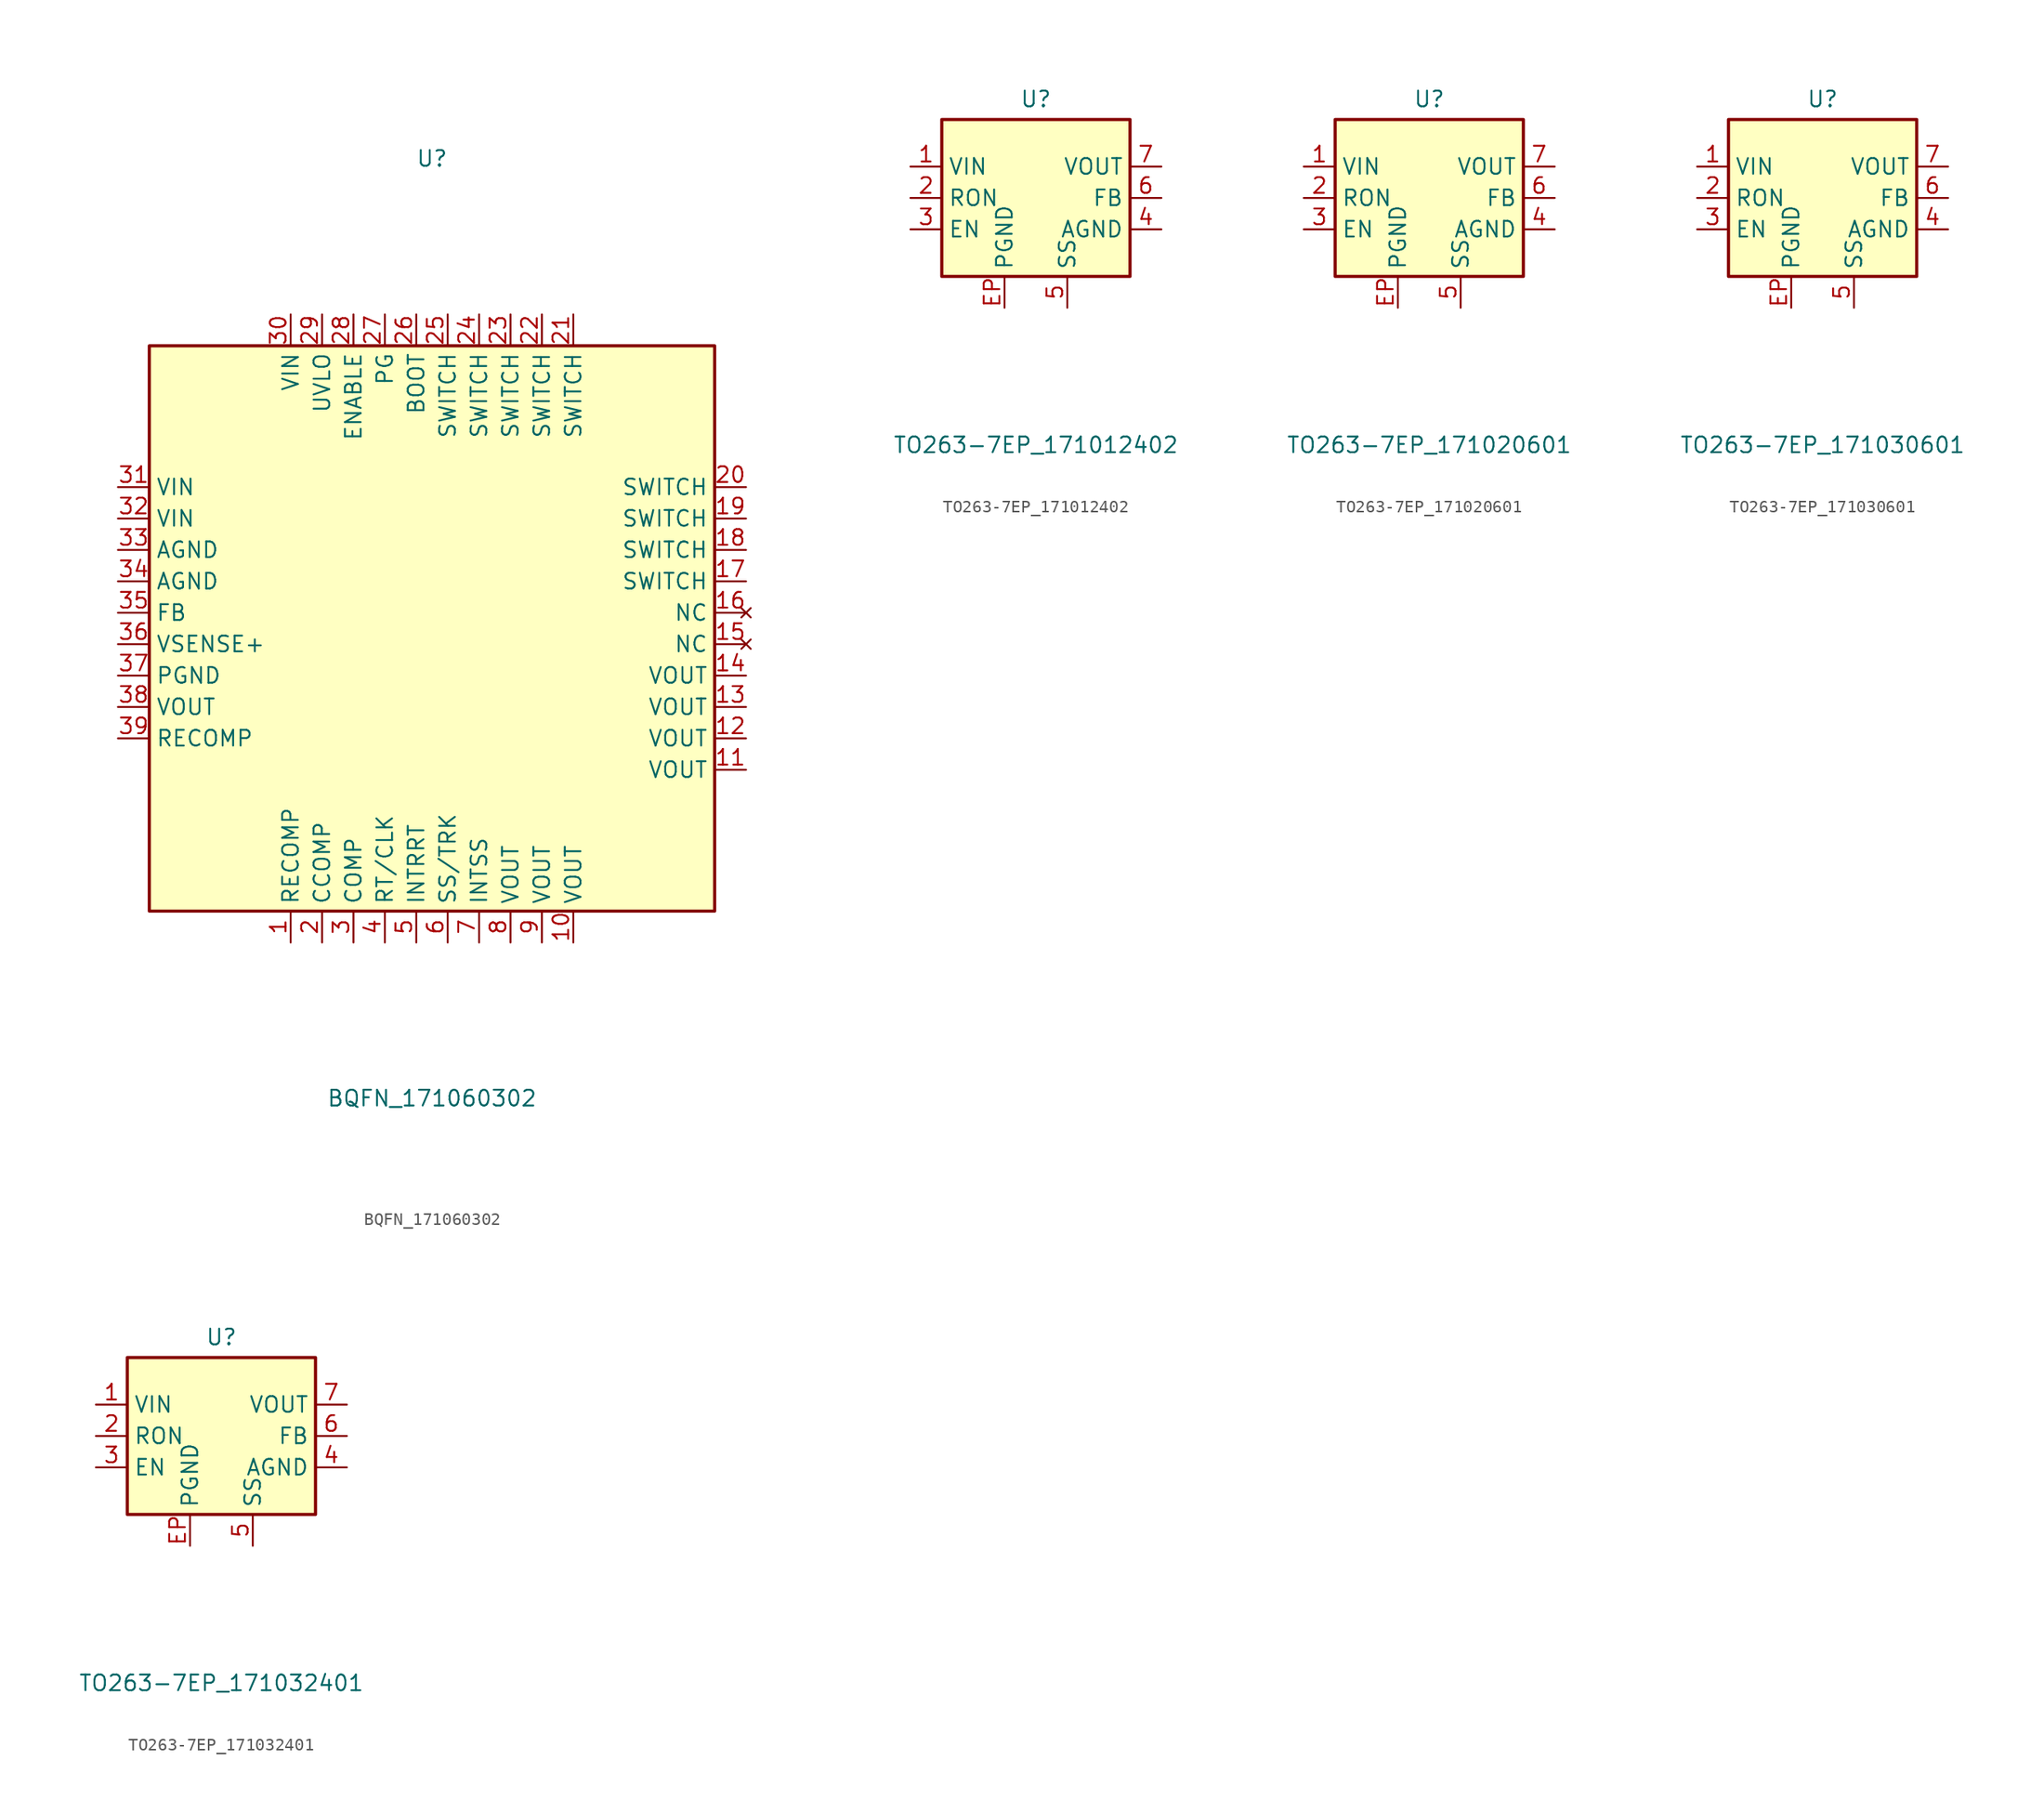
<source format=kicad_sym>
(kicad_symbol_lib
  (version 20220914)
  (generator kicad_symbol_editor)
  (symbol "BQFN_171060302"
    (property "Reference" "U"
      (at 0 38 0)
      (effects (font (size 1.27 1.27))))
    (property "Value" "BQFN_171060302"
      (at 0 -38 0)
      (effects (font (size 1.27 1.27))))
    (symbol "BQFN_171060302_1_1"
      (rectangle (start -22.86 22.86) (end 22.86 -22.86) (stroke (width 0.254) (type solid)) (fill (type background)))
      (pin input line (at -11.43 -25.4 90) (length 2.54) (name "RECOMP" (effects (font (size 1.27 1.27)))) (number "1" (effects (font (size 1.27 1.27)))))
      (pin power_out line (at 11.43 -25.4 90) (length 2.54) (name "VOUT" (effects (font (size 1.27 1.27)))) (number "10" (effects (font (size 1.27 1.27)))))
      (pin power_out line (at 25.4 -11.43 180) (length 2.54) (name "VOUT" (effects (font (size 1.27 1.27)))) (number "11" (effects (font (size 1.27 1.27)))))
      (pin power_out line (at 25.4 -8.89 180) (length 2.54) (name "VOUT" (effects (font (size 1.27 1.27)))) (number "12" (effects (font (size 1.27 1.27)))))
      (pin power_out line (at 25.4 -6.35 180) (length 2.54) (name "VOUT" (effects (font (size 1.27 1.27)))) (number "13" (effects (font (size 1.27 1.27)))))
      (pin power_out line (at 25.4 -3.81 180) (length 2.54) (name "VOUT" (effects (font (size 1.27 1.27)))) (number "14" (effects (font (size 1.27 1.27)))))
      (pin no_connect line (at 25.4 -1.27 180) (length 2.54) (name "NC" (effects (font (size 1.27 1.27)))) (number "15" (effects (font (size 1.27 1.27)))))
      (pin no_connect line (at 25.4 1.27 180) (length 2.54) (name "NC" (effects (font (size 1.27 1.27)))) (number "16" (effects (font (size 1.27 1.27)))))
      (pin power_in line (at 25.4 3.81 180) (length 2.54) (name "SWITCH" (effects (font (size 1.27 1.27)))) (number "17" (effects (font (size 1.27 1.27)))))
      (pin power_in line (at 25.4 6.35 180) (length 2.54) (name "SWITCH" (effects (font (size 1.27 1.27)))) (number "18" (effects (font (size 1.27 1.27)))))
      (pin power_in line (at 25.4 8.89 180) (length 2.54) (name "SWITCH" (effects (font (size 1.27 1.27)))) (number "19" (effects (font (size 1.27 1.27)))))
      (pin input line (at -8.89 -25.4 90) (length 2.54) (name "CCOMP" (effects (font (size 1.27 1.27)))) (number "2" (effects (font (size 1.27 1.27)))))
      (pin power_in line (at 25.4 11.43 180) (length 2.54) (name "SWITCH" (effects (font (size 1.27 1.27)))) (number "20" (effects (font (size 1.27 1.27)))))
      (pin power_in line (at 11.43 25.4 270) (length 2.54) (name "SWITCH" (effects (font (size 1.27 1.27)))) (number "21" (effects (font (size 1.27 1.27)))))
      (pin power_in line (at 8.89 25.4 270) (length 2.54) (name "SWITCH" (effects (font (size 1.27 1.27)))) (number "22" (effects (font (size 1.27 1.27)))))
      (pin power_in line (at 6.35 25.4 270) (length 2.54) (name "SWITCH" (effects (font (size 1.27 1.27)))) (number "23" (effects (font (size 1.27 1.27)))))
      (pin power_in line (at 3.81 25.4 270) (length 2.54) (name "SWITCH" (effects (font (size 1.27 1.27)))) (number "24" (effects (font (size 1.27 1.27)))))
      (pin power_in line (at 1.27 25.4 270) (length 2.54) (name "SWITCH" (effects (font (size 1.27 1.27)))) (number "25" (effects (font (size 1.27 1.27)))))
      (pin input line (at -1.27 25.4 270) (length 2.54) (name "BOOT" (effects (font (size 1.27 1.27)))) (number "26" (effects (font (size 1.27 1.27)))))
      (pin output line (at -3.81 25.4 270) (length 2.54) (name "PG" (effects (font (size 1.27 1.27)))) (number "27" (effects (font (size 1.27 1.27)))))
      (pin input line (at -6.35 25.4 270) (length 2.54) (name "ENABLE" (effects (font (size 1.27 1.27)))) (number "28" (effects (font (size 1.27 1.27)))))
      (pin input line (at -8.89 25.4 270) (length 2.54) (name "UVLO" (effects (font (size 1.27 1.27)))) (number "29" (effects (font (size 1.27 1.27)))))
      (pin output line (at -6.35 -25.4 90) (length 2.54) (name "COMP" (effects (font (size 1.27 1.27)))) (number "3" (effects (font (size 1.27 1.27)))))
      (pin power_in line (at -11.43 25.4 270) (length 2.54) (name "VIN" (effects (font (size 1.27 1.27)))) (number "30" (effects (font (size 1.27 1.27)))))
      (pin power_in line (at -25.4 11.43 0) (length 2.54) (name "VIN" (effects (font (size 1.27 1.27)))) (number "31" (effects (font (size 1.27 1.27)))))
      (pin power_in line (at -25.4 8.89 0) (length 2.54) (name "VIN" (effects (font (size 1.27 1.27)))) (number "32" (effects (font (size 1.27 1.27)))))
      (pin power_in line (at -25.4 6.35 0) (length 2.54) (name "AGND" (effects (font (size 1.27 1.27)))) (number "33" (effects (font (size 1.27 1.27)))))
      (pin power_in line (at -25.4 3.81 0) (length 2.54) (name "AGND" (effects (font (size 1.27 1.27)))) (number "34" (effects (font (size 1.27 1.27)))))
      (pin input line (at -25.4 1.27 0) (length 2.54) (name "FB" (effects (font (size 1.27 1.27)))) (number "35" (effects (font (size 1.27 1.27)))))
      (pin input line (at -25.4 -1.27 0) (length 2.54) (name "VSENSE+" (effects (font (size 1.27 1.27)))) (number "36" (effects (font (size 1.27 1.27)))))
      (pin power_in line (at -25.4 -3.81 0) (length 2.54) (name "PGND" (effects (font (size 1.27 1.27)))) (number "37" (effects (font (size 1.27 1.27)))))
      (pin power_out line (at -25.4 -6.35 0) (length 2.54) (name "VOUT" (effects (font (size 1.27 1.27)))) (number "38" (effects (font (size 1.27 1.27)))))
      (pin bidirectional line (at -25.4 -8.89 0) (length 2.54) (name "RECOMP" (effects (font (size 1.27 1.27)))) (number "39" (effects (font (size 1.27 1.27)))))
      (pin input line (at -3.81 -25.4 90) (length 2.54) (name "RT/CLK" (effects (font (size 1.27 1.27)))) (number "4" (effects (font (size 1.27 1.27)))))
      (pin input line (at -1.27 -25.4 90) (length 2.54) (name "INTRRT" (effects (font (size 1.27 1.27)))) (number "5" (effects (font (size 1.27 1.27)))))
      (pin input line (at 1.27 -25.4 90) (length 2.54) (name "SS/TRK" (effects (font (size 1.27 1.27)))) (number "6" (effects (font (size 1.27 1.27)))))
      (pin input line (at 3.81 -25.4 90) (length 2.54) (name "INTSS" (effects (font (size 1.27 1.27)))) (number "7" (effects (font (size 1.27 1.27)))))
      (pin power_out line (at 6.35 -25.4 90) (length 2.54) (name "VOUT" (effects (font (size 1.27 1.27)))) (number "8" (effects (font (size 1.27 1.27)))))
      (pin power_out line (at 8.89 -25.4 90) (length 2.54) (name "VOUT" (effects (font (size 1.27 1.27)))) (number "9" (effects (font (size 1.27 1.27)))))))
  (symbol "TO263-7EP_171012402"
    (property "Reference" "U"
      (at 0 8 0)
      (effects (font (size 1.27 1.27))))
    (property "Value" "TO263-7EP_171012402"
      (at 0 -20 0)
      (effects (font (size 1.27 1.27))))
    (symbol "TO263-7EP_171012402_1_0"
      (rectangle (start -7.62 6.35) (end 7.62 -6.35) (stroke (width 0.254) (type solid)) (fill (type background))))
    (symbol "TO263-7EP_171012402_1_1"
      (pin power_in line (at -10.16 2.54 0) (length 2.54) (name "VIN" (effects (font (size 1.27 1.27)))) (number "1" (effects (font (size 1.27 1.27)))))
      (pin input line (at -10.16 0 0) (length 2.54) (name "RON" (effects (font (size 1.27 1.27)))) (number "2" (effects (font (size 1.27 1.27)))))
      (pin input line (at -10.16 -2.54 0) (length 2.54) (name "EN" (effects (font (size 1.27 1.27)))) (number "3" (effects (font (size 1.27 1.27)))))
      (pin power_in line (at 10.16 -2.54 180) (length 2.54) (name "AGND" (effects (font (size 1.27 1.27)))) (number "4" (effects (font (size 1.27 1.27)))))
      (pin input line (at 2.54 -8.89 90) (length 2.54) (name "SS" (effects (font (size 1.27 1.27)))) (number "5" (effects (font (size 1.27 1.27)))))
      (pin input line (at 10.16 0 180) (length 2.54) (name "FB" (effects (font (size 1.27 1.27)))) (number "6" (effects (font (size 1.27 1.27)))))
      (pin power_out line (at 10.16 2.54 180) (length 2.54) (name "VOUT" (effects (font (size 1.27 1.27)))) (number "7" (effects (font (size 1.27 1.27)))))
      (pin power_in line (at -2.54 -8.89 90) (length 2.54) (name "PGND" (effects (font (size 1.27 1.27)))) (number "EP" (effects (font (size 1.27 1.27)))))))
  (symbol "TO263-7EP_171020601"
    (property "Reference" "U"
      (at 0 8 0)
      (effects (font (size 1.27 1.27))))
    (property "Value" "TO263-7EP_171020601"
      (at 0 -20 0)
      (effects (font (size 1.27 1.27))))
    (symbol "TO263-7EP_171020601_1_0"
      (rectangle (start -7.62 6.35) (end 7.62 -6.35) (stroke (width 0.254) (type solid)) (fill (type background))))
    (symbol "TO263-7EP_171020601_1_1"
      (pin power_in line (at -10.16 2.54 0) (length 2.54) (name "VIN" (effects (font (size 1.27 1.27)))) (number "1" (effects (font (size 1.27 1.27)))))
      (pin input line (at -10.16 0 0) (length 2.54) (name "RON" (effects (font (size 1.27 1.27)))) (number "2" (effects (font (size 1.27 1.27)))))
      (pin input line (at -10.16 -2.54 0) (length 2.54) (name "EN" (effects (font (size 1.27 1.27)))) (number "3" (effects (font (size 1.27 1.27)))))
      (pin power_in line (at 10.16 -2.54 180) (length 2.54) (name "AGND" (effects (font (size 1.27 1.27)))) (number "4" (effects (font (size 1.27 1.27)))))
      (pin input line (at 2.54 -8.89 90) (length 2.54) (name "SS" (effects (font (size 1.27 1.27)))) (number "5" (effects (font (size 1.27 1.27)))))
      (pin input line (at 10.16 0 180) (length 2.54) (name "FB" (effects (font (size 1.27 1.27)))) (number "6" (effects (font (size 1.27 1.27)))))
      (pin power_out line (at 10.16 2.54 180) (length 2.54) (name "VOUT" (effects (font (size 1.27 1.27)))) (number "7" (effects (font (size 1.27 1.27)))))
      (pin power_in line (at -2.54 -8.89 90) (length 2.54) (name "PGND" (effects (font (size 1.27 1.27)))) (number "EP" (effects (font (size 1.27 1.27)))))))
  (symbol "TO263-7EP_171030601"
    (property "Reference" "U"
      (at 0 8 0)
      (effects (font (size 1.27 1.27))))
    (property "Value" "TO263-7EP_171030601"
      (at 0 -20 0)
      (effects (font (size 1.27 1.27))))
    (symbol "TO263-7EP_171030601_1_0"
      (rectangle (start -7.62 6.35) (end 7.62 -6.35) (stroke (width 0.254) (type solid)) (fill (type background))))
    (symbol "TO263-7EP_171030601_1_1"
      (pin power_in line (at -10.16 2.54 0) (length 2.54) (name "VIN" (effects (font (size 1.27 1.27)))) (number "1" (effects (font (size 1.27 1.27)))))
      (pin input line (at -10.16 0 0) (length 2.54) (name "RON" (effects (font (size 1.27 1.27)))) (number "2" (effects (font (size 1.27 1.27)))))
      (pin input line (at -10.16 -2.54 0) (length 2.54) (name "EN" (effects (font (size 1.27 1.27)))) (number "3" (effects (font (size 1.27 1.27)))))
      (pin power_in line (at 10.16 -2.54 180) (length 2.54) (name "AGND" (effects (font (size 1.27 1.27)))) (number "4" (effects (font (size 1.27 1.27)))))
      (pin input line (at 2.54 -8.89 90) (length 2.54) (name "SS" (effects (font (size 1.27 1.27)))) (number "5" (effects (font (size 1.27 1.27)))))
      (pin input line (at 10.16 0 180) (length 2.54) (name "FB" (effects (font (size 1.27 1.27)))) (number "6" (effects (font (size 1.27 1.27)))))
      (pin power_out line (at 10.16 2.54 180) (length 2.54) (name "VOUT" (effects (font (size 1.27 1.27)))) (number "7" (effects (font (size 1.27 1.27)))))
      (pin power_in line (at -2.54 -8.89 90) (length 2.54) (name "PGND" (effects (font (size 1.27 1.27)))) (number "EP" (effects (font (size 1.27 1.27)))))))
  (symbol "TO263-7EP_171032401"
    (property "Reference" "U"
      (at 0 8 0)
      (effects (font (size 1.27 1.27))))
    (property "Value" "TO263-7EP_171032401"
      (at 0 -20 0)
      (effects (font (size 1.27 1.27))))
    (symbol "TO263-7EP_171032401_1_0"
      (rectangle (start -7.62 6.35) (end 7.62 -6.35) (stroke (width 0.254) (type solid)) (fill (type background))))
    (symbol "TO263-7EP_171032401_1_1"
      (pin power_in line (at -10.16 2.54 0) (length 2.54) (name "VIN" (effects (font (size 1.27 1.27)))) (number "1" (effects (font (size 1.27 1.27)))))
      (pin input line (at -10.16 0 0) (length 2.54) (name "RON" (effects (font (size 1.27 1.27)))) (number "2" (effects (font (size 1.27 1.27)))))
      (pin input line (at -10.16 -2.54 0) (length 2.54) (name "EN" (effects (font (size 1.27 1.27)))) (number "3" (effects (font (size 1.27 1.27)))))
      (pin power_in line (at 10.16 -2.54 180) (length 2.54) (name "AGND" (effects (font (size 1.27 1.27)))) (number "4" (effects (font (size 1.27 1.27)))))
      (pin input line (at 2.54 -8.89 90) (length 2.54) (name "SS" (effects (font (size 1.27 1.27)))) (number "5" (effects (font (size 1.27 1.27)))))
      (pin input line (at 10.16 0 180) (length 2.54) (name "FB" (effects (font (size 1.27 1.27)))) (number "6" (effects (font (size 1.27 1.27)))))
      (pin power_out line (at 10.16 2.54 180) (length 2.54) (name "VOUT" (effects (font (size 1.27 1.27)))) (number "7" (effects (font (size 1.27 1.27)))))
      (pin power_in line (at -2.54 -8.89 90) (length 2.54) (name "PGND" (effects (font (size 1.27 1.27)))) (number "EP" (effects (font (size 1.27 1.27))))))))
</source>
